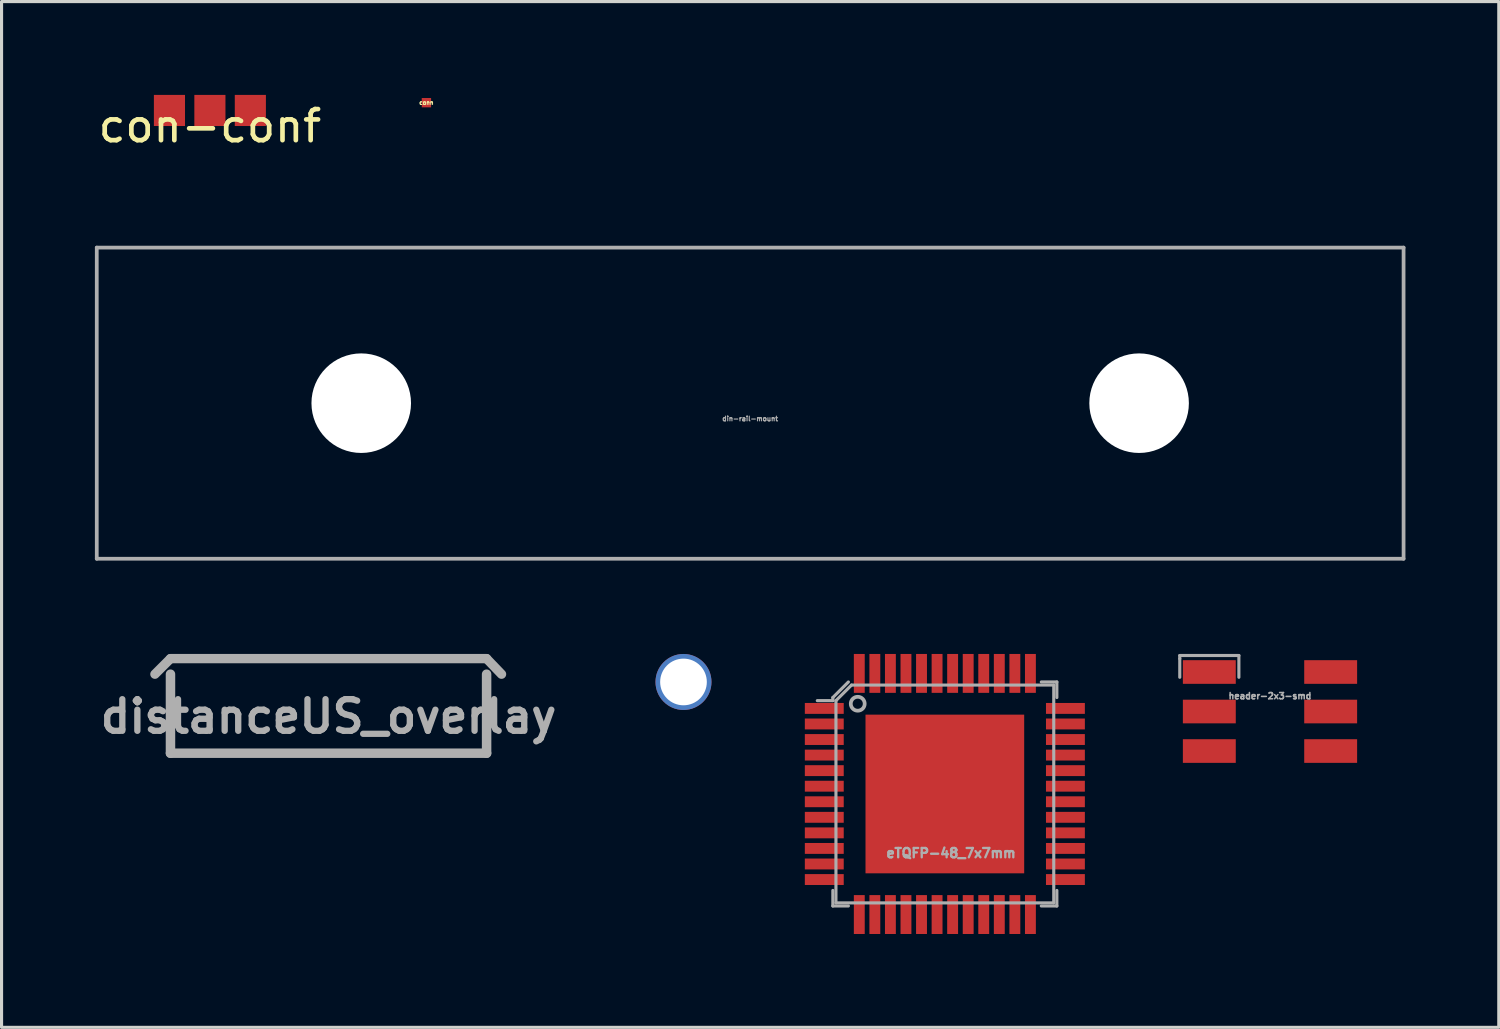
<source format=kicad_pcb>
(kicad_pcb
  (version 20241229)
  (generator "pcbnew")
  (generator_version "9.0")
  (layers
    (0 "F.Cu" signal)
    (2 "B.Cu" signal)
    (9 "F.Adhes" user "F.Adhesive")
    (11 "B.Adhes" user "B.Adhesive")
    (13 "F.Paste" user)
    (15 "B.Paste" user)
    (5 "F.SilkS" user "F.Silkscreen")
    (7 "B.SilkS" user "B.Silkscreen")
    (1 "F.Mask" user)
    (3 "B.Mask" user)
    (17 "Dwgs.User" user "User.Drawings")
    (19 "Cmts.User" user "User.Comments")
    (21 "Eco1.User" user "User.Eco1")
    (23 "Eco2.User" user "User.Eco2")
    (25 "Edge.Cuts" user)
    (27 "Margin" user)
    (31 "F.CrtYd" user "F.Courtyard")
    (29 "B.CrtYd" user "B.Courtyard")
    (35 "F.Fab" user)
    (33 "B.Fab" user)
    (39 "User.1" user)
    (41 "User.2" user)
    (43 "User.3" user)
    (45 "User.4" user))
  (footprint "header-2x3-smd"
    (layer "F.Cu")
    (at 37.767 19.818)
    (property "Reference" "header-2x3-smd" (at 0 -0.5 0) (unlocked yes) (layer "F.Fab") (effects (font (size 0.2 0.2) (thickness 0.05))))
    (attr smd)
    (fp_line (start -2.9 -1.8) (end -1 -1.8) (stroke (width 0.1) (type default)) (layer "F.Fab"))
    (fp_line (start -2.9 -1.7) (end -2.9 -1.8) (stroke (width 0.1) (type default)) (layer "F.Fab"))
    (fp_line (start -2.9 -1.1) (end -2.9 -1.7) (stroke (width 0.1) (type default)) (layer "F.Fab"))
    (fp_line (start -1 -1.8) (end -1 -1.1) (stroke (width 0.1) (type default)) (layer "F.Fab"))
    (pad "1" smd rect (at -1.95 -1.27) (size 1.7 0.76) (layers "F.Cu" "F.Mask" "F.Paste"))
    (pad "2" smd rect (at 1.95 -1.27) (size 1.7 0.76) (layers "F.Cu" "F.Mask" "F.Paste"))
    (pad "3" smd rect (at -1.95 0) (size 1.7 0.76) (layers "F.Cu" "F.Mask" "F.Paste"))
    (pad "4" smd rect (at 1.95 0) (size 1.7 0.76) (layers "F.Cu" "F.Mask" "F.Paste"))
    (pad "5" smd rect (at -1.95 1.27) (size 1.7 0.76) (layers "F.Cu" "F.Mask" "F.Paste"))
    (pad "6" smd rect (at 1.95 1.27) (size 1.7 0.76) (layers "F.Cu" "F.Mask" "F.Paste")))
  (footprint "con-conf"
    (layer "F.Cu")
    (at 3.696 0.5)
    (property "Reference" "con-conf" (at 0 0.5 0) (layer "F.SilkS") (effects (font (size 1 1) (thickness 0.15))))
    (attr through_hole)
    (pad "1" smd rect (at 1.3 0) (size 1 1) (layers "F.Cu" "F.Mask" "F.Paste"))
    (pad "2" smd rect (at 0 0) (size 1 1) (layers "F.Cu" "F.Mask" "F.Paste"))
    (pad "3" smd rect (at -1.3 0) (size 1 1) (layers "F.Cu" "F.Mask" "F.Paste")))
  (footprint "distanceUS_overlay"
    (layer "F.Cu")
    (at 7.509 19.888)
    (property "Reference" "distanceUS_overlay" (at 0 0.09 0) (layer "F.Fab") (effects (font (size 1.016 1.016) (thickness 0.203))))
    (attr through_hole)
    (fp_line (start -5.58 -1.27) (end -5.08 -1.77) (stroke (width 0.3) (type solid)) (layer "F.Fab"))
    (fp_line (start -5.08 -1.77) (end 5.08 -1.77) (stroke (width 0.3) (type solid)) (layer "F.Fab"))
    (fp_line (start -5.08 1.27) (end -5.08 -1.27) (stroke (width 0.305) (type solid)) (layer "F.Fab"))
    (fp_line (start 5.08 1.27) (end -5.08 1.27) (stroke (width 0.305) (type solid)) (layer "F.Fab"))
    (fp_line (start 5.08 1.27) (end 5.08 -1.27) (stroke (width 0.305) (type solid)) (layer "F.Fab"))
    (fp_line (start 5.56 -1.27) (end 5.08 -1.77) (stroke (width 0.3) (type solid)) (layer "F.Fab")))
  (footprint "drill_1_5"
    (layer "F.Cu")
    (at 18.917 18.868)
    (property "Reference" "drill_1_5" (at 0 0.5 0) (layer "F.Fab") (effects (font (size 0.15 0.15) (thickness 0.037))))
    (attr through_hole)
    (pad "1" thru_hole circle (at 0 0) (size 1.8 1.8) (drill 1.5) (layers "*.Cu" "*.Mask")))
  (footprint "eTQFP-48_7x7mm"
    (layer "F.Cu")
    (at 27.317 22.468)
    (property "Reference" "eTQFP-48_7x7mm" (at 0.2 1.9 0) (layer "F.Fab") (effects (font (size 0.3 0.3) (thickness 0.075))))
    (attr smd)
    (fp_line (start -3.6 -3.1) (end -3.6 -3) (stroke (width 0.1) (type solid)) (layer "F.Fab"))
    (fp_line (start -3.6 -3) (end -4.1 -3) (stroke (width 0.1) (type solid)) (layer "F.Fab"))
    (fp_line (start -3.6 3.1) (end -3.6 3.6) (stroke (width 0.1) (type solid)) (layer "F.Fab"))
    (fp_line (start -3.6 3.6) (end -3.1 3.6) (stroke (width 0.1) (type solid)) (layer "F.Fab"))
    (fp_line (start -3.5 -3) (end -3.5 3.5) (stroke (width 0.1) (type solid)) (layer "F.Fab"))
    (fp_line (start -3.5 -3) (end -3 -3.5) (stroke (width 0.1) (type solid)) (layer "F.Fab"))
    (fp_line (start -3.5 3.5) (end 3.5 3.5) (stroke (width 0.1) (type solid)) (layer "F.Fab"))
    (fp_line (start -3.1 -3.6) (end -3.6 -3.1) (stroke (width 0.1) (type solid)) (layer "F.Fab"))
    (fp_line (start -3 -3.5) (end 3.5 -3.5) (stroke (width 0.1) (type solid)) (layer "F.Fab"))
    (fp_line (start 3.1 -3.6) (end 3.6 -3.6) (stroke (width 0.1) (type solid)) (layer "F.Fab"))
    (fp_line (start 3.5 -3.5) (end 3.5 3.5) (stroke (width 0.1) (type solid)) (layer "F.Fab"))
    (fp_line (start 3.6 -3.6) (end 3.6 -3.1) (stroke (width 0.1) (type solid)) (layer "F.Fab"))
    (fp_line (start 3.6 3.1) (end 3.6 3.6) (stroke (width 0.1) (type solid)) (layer "F.Fab"))
    (fp_line (start 3.6 3.6) (end 3.1 3.6) (stroke (width 0.1) (type solid)) (layer "F.Fab"))
    (fp_circle (center -2.8 -2.9) (end -3 -3) (stroke (width 0.12) (type solid)) (fill no) (layer "F.Fab"))
    (pad "" smd rect (at -1.25 -1.25) (size 2 2) (layers "F.Paste"))
    (pad "" smd rect (at -1.25 1.25) (size 2 2) (layers "F.Paste"))
    (pad "" smd rect (at 1.25 -1.25) (size 2 2) (layers "F.Paste"))
    (pad "" smd rect (at 1.25 1.25) (size 2 2) (layers "F.Paste"))
    (pad "1" smd rect (at -3.875 -2.75) (size 1.25 0.35) (layers "F.Cu" "F.Mask" "F.Paste"))
    (pad "2" smd rect (at -3.875 -2.25) (size 1.25 0.35) (layers "F.Cu" "F.Mask" "F.Paste"))
    (pad "3" smd rect (at -3.875 -1.75) (size 1.25 0.35) (layers "F.Cu" "F.Mask" "F.Paste"))
    (pad "4" smd rect (at -3.875 -1.25) (size 1.25 0.35) (layers "F.Cu" "F.Mask" "F.Paste"))
    (pad "5" smd rect (at -3.875 -0.75) (size 1.25 0.35) (layers "F.Cu" "F.Mask" "F.Paste"))
    (pad "6" smd rect (at -3.875 -0.25) (size 1.25 0.35) (layers "F.Cu" "F.Mask" "F.Paste"))
    (pad "7" smd rect (at -3.875 0.25) (size 1.25 0.35) (layers "F.Cu" "F.Mask" "F.Paste"))
    (pad "8" smd rect (at -3.875 0.75) (size 1.25 0.35) (layers "F.Cu" "F.Mask" "F.Paste"))
    (pad "9" smd rect (at -3.875 1.25) (size 1.25 0.35) (layers "F.Cu" "F.Mask" "F.Paste"))
    (pad "10" smd rect (at -3.875 1.75) (size 1.25 0.35) (layers "F.Cu" "F.Mask" "F.Paste"))
    (pad "11" smd rect (at -3.875 2.25) (size 1.25 0.35) (layers "F.Cu" "F.Mask" "F.Paste"))
    (pad "12" smd rect (at -3.875 2.75) (size 1.25 0.35) (layers "F.Cu" "F.Mask" "F.Paste"))
    (pad "13" smd rect (at -2.75 3.875) (size 0.35 1.25) (layers "F.Cu" "F.Mask" "F.Paste"))
    (pad "14" smd rect (at -2.25 3.875) (size 0.35 1.25) (layers "F.Cu" "F.Mask" "F.Paste"))
    (pad "15" smd rect (at -1.75 3.875) (size 0.35 1.25) (layers "F.Cu" "F.Mask" "F.Paste"))
    (pad "16" smd rect (at -1.25 3.875) (size 0.35 1.25) (layers "F.Cu" "F.Mask" "F.Paste"))
    (pad "17" smd rect (at -0.75 3.875) (size 0.35 1.25) (layers "F.Cu" "F.Mask" "F.Paste"))
    (pad "18" smd rect (at -0.25 3.875) (size 0.35 1.25) (layers "F.Cu" "F.Mask" "F.Paste"))
    (pad "19" smd rect (at 0.25 3.875) (size 0.35 1.25) (layers "F.Cu" "F.Mask" "F.Paste"))
    (pad "20" smd rect (at 0.75 3.875) (size 0.35 1.25) (layers "F.Cu" "F.Mask" "F.Paste"))
    (pad "21" smd rect (at 1.25 3.875) (size 0.35 1.25) (layers "F.Cu" "F.Mask" "F.Paste"))
    (pad "22" smd rect (at 1.75 3.875) (size 0.35 1.25) (layers "F.Cu" "F.Mask" "F.Paste"))
    (pad "23" smd rect (at 2.25 3.875) (size 0.35 1.25) (layers "F.Cu" "F.Mask" "F.Paste"))
    (pad "24" smd rect (at 2.75 3.875) (size 0.35 1.25) (layers "F.Cu" "F.Mask" "F.Paste"))
    (pad "25" smd rect (at 3.875 2.75) (size 1.25 0.35) (layers "F.Cu" "F.Mask" "F.Paste"))
    (pad "26" smd rect (at 3.875 2.25) (size 1.25 0.35) (layers "F.Cu" "F.Mask" "F.Paste"))
    (pad "27" smd rect (at 3.875 1.75) (size 1.25 0.35) (layers "F.Cu" "F.Mask" "F.Paste"))
    (pad "28" smd rect (at 3.875 1.25) (size 1.25 0.35) (layers "F.Cu" "F.Mask" "F.Paste"))
    (pad "29" smd rect (at 3.875 0.75) (size 1.25 0.35) (layers "F.Cu" "F.Mask" "F.Paste"))
    (pad "30" smd rect (at 3.875 0.25) (size 1.25 0.35) (layers "F.Cu" "F.Mask" "F.Paste"))
    (pad "31" smd rect (at 3.875 -0.25) (size 1.25 0.35) (layers "F.Cu" "F.Mask" "F.Paste"))
    (pad "32" smd rect (at 3.875 -0.75) (size 1.25 0.35) (layers "F.Cu" "F.Mask" "F.Paste"))
    (pad "33" smd rect (at 3.875 -1.25) (size 1.25 0.35) (layers "F.Cu" "F.Mask" "F.Paste"))
    (pad "34" smd rect (at 3.875 -1.75) (size 1.25 0.35) (layers "F.Cu" "F.Mask" "F.Paste"))
    (pad "35" smd rect (at 3.875 -2.25) (size 1.25 0.35) (layers "F.Cu" "F.Mask" "F.Paste"))
    (pad "36" smd rect (at 3.875 -2.75) (size 1.25 0.35) (layers "F.Cu" "F.Mask" "F.Paste"))
    (pad "37" smd rect (at 2.75 -3.875) (size 0.35 1.25) (layers "F.Cu" "F.Mask" "F.Paste"))
    (pad "38" smd rect (at 2.25 -3.875) (size 0.35 1.25) (layers "F.Cu" "F.Mask" "F.Paste"))
    (pad "39" smd rect (at 1.75 -3.875) (size 0.35 1.25) (layers "F.Cu" "F.Mask" "F.Paste"))
    (pad "40" smd rect (at 1.25 -3.875) (size 0.35 1.25) (layers "F.Cu" "F.Mask" "F.Paste"))
    (pad "41" smd rect (at 0.75 -3.875) (size 0.35 1.25) (layers "F.Cu" "F.Mask" "F.Paste"))
    (pad "42" smd rect (at 0.25 -3.875) (size 0.35 1.25) (layers "F.Cu" "F.Mask" "F.Paste"))
    (pad "43" smd rect (at -0.25 -3.875) (size 0.35 1.25) (layers "F.Cu" "F.Mask" "F.Paste"))
    (pad "44" smd rect (at -0.75 -3.875) (size 0.35 1.25) (layers "F.Cu" "F.Mask" "F.Paste"))
    (pad "45" smd rect (at -1.25 -3.875) (size 0.35 1.25) (layers "F.Cu" "F.Mask" "F.Paste"))
    (pad "46" smd rect (at -1.75 -3.875) (size 0.35 1.25) (layers "F.Cu" "F.Mask" "F.Paste"))
    (pad "47" smd rect (at -2.25 -3.875) (size 0.35 1.25) (layers "F.Cu" "F.Mask" "F.Paste"))
    (pad "48" smd rect (at -2.75 -3.875) (size 0.35 1.25) (layers "F.Cu" "F.Mask" "F.Paste"))
    (pad "49" smd rect (at 0 0) (size 5.1 5.1) (layers "F.Cu" "F.Mask")))
  (footprint "din-rail-mount"
    (layer "F.Cu")
    (at 21.06 9.908)
    (property "Reference" "din-rail-mount" (at 0 0.5 0) (layer "F.Fab") (effects (font (size 0.15 0.15) (thickness 0.037))))
    (attr through_hole)
    (fp_line (start -21 -5) (end -21 5) (stroke (width 0.12) (type solid)) (layer "F.Fab"))
    (fp_line (start -21 5) (end 21 5) (stroke (width 0.12) (type solid)) (layer "F.Fab"))
    (fp_line (start 21 -5) (end -21 -5) (stroke (width 0.12) (type solid)) (layer "F.Fab"))
    (fp_line (start 21 5) (end 21 -5) (stroke (width 0.12) (type solid)) (layer "F.Fab"))
    (pad "" np_thru_hole circle (at -12.5 0) (size 3.2 3.2) (drill 3.2) (layers "*.Cu" "*.Mask"))
    (pad "" np_thru_hole circle (at 12.5 0) (size 3.2 3.2) (drill 3.2) (layers "*.Cu" "*.Mask")))
  (footprint "conn"
    (layer "F.Cu")
    (at 10.655 0.25)
    (property "Reference" "conn" (at 0 0 0) (layer "F.SilkS") (effects (font (size 0.127 0.127) (thickness 0.032))))
    (attr through_hole)
    (pad "1" smd rect (at 0 0) (size 0.3 0.3) (layers "F.Cu" "F.Mask" "F.Paste")))
  (gr_rect
    (start -3 -3)
    (end 45.12 29.968)
    (stroke (width 0.1) (type default))
    (fill no)
    (layer "Edge.Cuts")))
</source>
